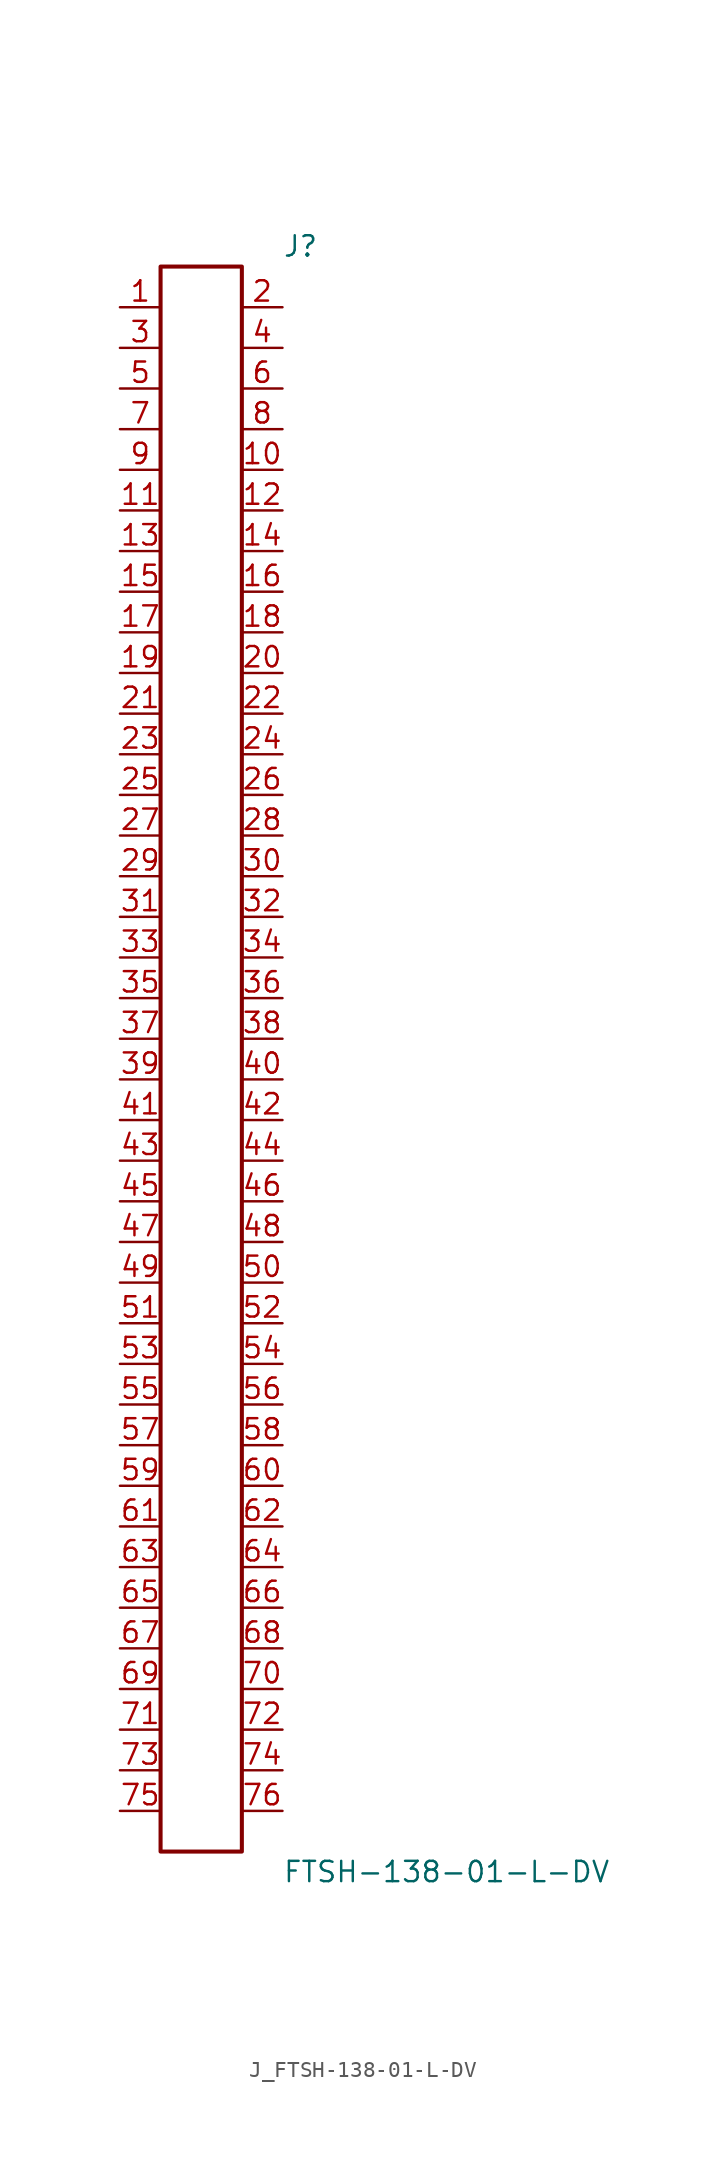
<source format=kicad_sym>
(kicad_symbol_lib
  (version 20231120)
  (generator kicad_symbol_editor)
  (generator_version 8.0)
  (symbol "J_FTSH-138-01-L-DV"
    (pin_names
      (offset 0.254))
    (property "Reference" "J"
      (at 5.08 50.8 0)
      (effects (font (size 1.27 1.27)) (justify left)))
    (property "Value" "FTSH-138-01-L-DV"
      (at 5.08 -50.8 0)
      (effects (font (size 1.27 1.27)) (justify left)))
    (symbol "J_FTSH-138-01-L-DV_0_0"
      (pin passive line (at -5.08 46.99 0) (length 2.54) (name "" (effects (font (size 1.27 1.27)))) (number "1" (effects (font (size 1.27 1.27)))))
      (pin passive line (at 5.08 46.99 180) (length 2.54) (name "" (effects (font (size 1.27 1.27)))) (number "2" (effects (font (size 1.27 1.27)))))
      (pin passive line (at -5.08 44.45 0) (length 2.54) (name "" (effects (font (size 1.27 1.27)))) (number "3" (effects (font (size 1.27 1.27)))))
      (pin passive line (at 5.08 44.45 180) (length 2.54) (name "" (effects (font (size 1.27 1.27)))) (number "4" (effects (font (size 1.27 1.27)))))
      (pin passive line (at -5.08 41.91 0) (length 2.54) (name "" (effects (font (size 1.27 1.27)))) (number "5" (effects (font (size 1.27 1.27)))))
      (pin passive line (at 5.08 41.91 180) (length 2.54) (name "" (effects (font (size 1.27 1.27)))) (number "6" (effects (font (size 1.27 1.27)))))
      (pin passive line (at -5.08 39.37 0) (length 2.54) (name "" (effects (font (size 1.27 1.27)))) (number "7" (effects (font (size 1.27 1.27)))))
      (pin passive line (at 5.08 39.37 180) (length 2.54) (name "" (effects (font (size 1.27 1.27)))) (number "8" (effects (font (size 1.27 1.27)))))
      (pin passive line (at -5.08 36.83 0) (length 2.54) (name "" (effects (font (size 1.27 1.27)))) (number "9" (effects (font (size 1.27 1.27)))))
      (pin passive line (at 5.08 36.83 180) (length 2.54) (name "" (effects (font (size 1.27 1.27)))) (number "10" (effects (font (size 1.27 1.27)))))
      (pin passive line (at -5.08 34.29 0) (length 2.54) (name "" (effects (font (size 1.27 1.27)))) (number "11" (effects (font (size 1.27 1.27)))))
      (pin passive line (at 5.08 34.29 180) (length 2.54) (name "" (effects (font (size 1.27 1.27)))) (number "12" (effects (font (size 1.27 1.27)))))
      (pin passive line (at -5.08 31.75 0) (length 2.54) (name "" (effects (font (size 1.27 1.27)))) (number "13" (effects (font (size 1.27 1.27)))))
      (pin passive line (at 5.08 31.75 180) (length 2.54) (name "" (effects (font (size 1.27 1.27)))) (number "14" (effects (font (size 1.27 1.27)))))
      (pin passive line (at -5.08 29.21 0) (length 2.54) (name "" (effects (font (size 1.27 1.27)))) (number "15" (effects (font (size 1.27 1.27)))))
      (pin passive line (at 5.08 29.21 180) (length 2.54) (name "" (effects (font (size 1.27 1.27)))) (number "16" (effects (font (size 1.27 1.27)))))
      (pin passive line (at -5.08 26.67 0) (length 2.54) (name "" (effects (font (size 1.27 1.27)))) (number "17" (effects (font (size 1.27 1.27)))))
      (pin passive line (at 5.08 26.67 180) (length 2.54) (name "" (effects (font (size 1.27 1.27)))) (number "18" (effects (font (size 1.27 1.27)))))
      (pin passive line (at -5.08 24.13 0) (length 2.54) (name "" (effects (font (size 1.27 1.27)))) (number "19" (effects (font (size 1.27 1.27)))))
      (pin passive line (at 5.08 24.13 180) (length 2.54) (name "" (effects (font (size 1.27 1.27)))) (number "20" (effects (font (size 1.27 1.27)))))
      (pin passive line (at -5.08 21.59 0) (length 2.54) (name "" (effects (font (size 1.27 1.27)))) (number "21" (effects (font (size 1.27 1.27)))))
      (pin passive line (at 5.08 21.59 180) (length 2.54) (name "" (effects (font (size 1.27 1.27)))) (number "22" (effects (font (size 1.27 1.27)))))
      (pin passive line (at -5.08 19.05 0) (length 2.54) (name "" (effects (font (size 1.27 1.27)))) (number "23" (effects (font (size 1.27 1.27)))))
      (pin passive line (at 5.08 19.05 180) (length 2.54) (name "" (effects (font (size 1.27 1.27)))) (number "24" (effects (font (size 1.27 1.27)))))
      (pin passive line (at -5.08 16.51 0) (length 2.54) (name "" (effects (font (size 1.27 1.27)))) (number "25" (effects (font (size 1.27 1.27)))))
      (pin passive line (at 5.08 16.51 180) (length 2.54) (name "" (effects (font (size 1.27 1.27)))) (number "26" (effects (font (size 1.27 1.27)))))
      (pin passive line (at -5.08 13.97 0) (length 2.54) (name "" (effects (font (size 1.27 1.27)))) (number "27" (effects (font (size 1.27 1.27)))))
      (pin passive line (at 5.08 13.97 180) (length 2.54) (name "" (effects (font (size 1.27 1.27)))) (number "28" (effects (font (size 1.27 1.27)))))
      (pin passive line (at -5.08 11.43 0) (length 2.54) (name "" (effects (font (size 1.27 1.27)))) (number "29" (effects (font (size 1.27 1.27)))))
      (pin passive line (at 5.08 11.43 180) (length 2.54) (name "" (effects (font (size 1.27 1.27)))) (number "30" (effects (font (size 1.27 1.27)))))
      (pin passive line (at -5.08 8.89 0) (length 2.54) (name "" (effects (font (size 1.27 1.27)))) (number "31" (effects (font (size 1.27 1.27)))))
      (pin passive line (at 5.08 8.89 180) (length 2.54) (name "" (effects (font (size 1.27 1.27)))) (number "32" (effects (font (size 1.27 1.27)))))
      (pin passive line (at -5.08 6.35 0) (length 2.54) (name "" (effects (font (size 1.27 1.27)))) (number "33" (effects (font (size 1.27 1.27)))))
      (pin passive line (at 5.08 6.35 180) (length 2.54) (name "" (effects (font (size 1.27 1.27)))) (number "34" (effects (font (size 1.27 1.27)))))
      (pin passive line (at -5.08 3.81 0) (length 2.54) (name "" (effects (font (size 1.27 1.27)))) (number "35" (effects (font (size 1.27 1.27)))))
      (pin passive line (at 5.08 3.81 180) (length 2.54) (name "" (effects (font (size 1.27 1.27)))) (number "36" (effects (font (size 1.27 1.27)))))
      (pin passive line (at -5.08 1.27 0) (length 2.54) (name "" (effects (font (size 1.27 1.27)))) (number "37" (effects (font (size 1.27 1.27)))))
      (pin passive line (at 5.08 1.27 180) (length 2.54) (name "" (effects (font (size 1.27 1.27)))) (number "38" (effects (font (size 1.27 1.27)))))
      (pin passive line (at -5.08 -1.27 0) (length 2.54) (name "" (effects (font (size 1.27 1.27)))) (number "39" (effects (font (size 1.27 1.27)))))
      (pin passive line (at 5.08 -1.27 180) (length 2.54) (name "" (effects (font (size 1.27 1.27)))) (number "40" (effects (font (size 1.27 1.27)))))
      (pin passive line (at -5.08 -3.81 0) (length 2.54) (name "" (effects (font (size 1.27 1.27)))) (number "41" (effects (font (size 1.27 1.27)))))
      (pin passive line (at 5.08 -3.81 180) (length 2.54) (name "" (effects (font (size 1.27 1.27)))) (number "42" (effects (font (size 1.27 1.27)))))
      (pin passive line (at -5.08 -6.35 0) (length 2.54) (name "" (effects (font (size 1.27 1.27)))) (number "43" (effects (font (size 1.27 1.27)))))
      (pin passive line (at 5.08 -6.35 180) (length 2.54) (name "" (effects (font (size 1.27 1.27)))) (number "44" (effects (font (size 1.27 1.27)))))
      (pin passive line (at -5.08 -8.89 0) (length 2.54) (name "" (effects (font (size 1.27 1.27)))) (number "45" (effects (font (size 1.27 1.27)))))
      (pin passive line (at 5.08 -8.89 180) (length 2.54) (name "" (effects (font (size 1.27 1.27)))) (number "46" (effects (font (size 1.27 1.27)))))
      (pin passive line (at -5.08 -11.43 0) (length 2.54) (name "" (effects (font (size 1.27 1.27)))) (number "47" (effects (font (size 1.27 1.27)))))
      (pin passive line (at 5.08 -11.43 180) (length 2.54) (name "" (effects (font (size 1.27 1.27)))) (number "48" (effects (font (size 1.27 1.27)))))
      (pin passive line (at -5.08 -13.97 0) (length 2.54) (name "" (effects (font (size 1.27 1.27)))) (number "49" (effects (font (size 1.27 1.27)))))
      (pin passive line (at 5.08 -13.97 180) (length 2.54) (name "" (effects (font (size 1.27 1.27)))) (number "50" (effects (font (size 1.27 1.27)))))
      (pin passive line (at -5.08 -16.51 0) (length 2.54) (name "" (effects (font (size 1.27 1.27)))) (number "51" (effects (font (size 1.27 1.27)))))
      (pin passive line (at 5.08 -16.51 180) (length 2.54) (name "" (effects (font (size 1.27 1.27)))) (number "52" (effects (font (size 1.27 1.27)))))
      (pin passive line (at -5.08 -19.05 0) (length 2.54) (name "" (effects (font (size 1.27 1.27)))) (number "53" (effects (font (size 1.27 1.27)))))
      (pin passive line (at 5.08 -19.05 180) (length 2.54) (name "" (effects (font (size 1.27 1.27)))) (number "54" (effects (font (size 1.27 1.27)))))
      (pin passive line (at -5.08 -21.59 0) (length 2.54) (name "" (effects (font (size 1.27 1.27)))) (number "55" (effects (font (size 1.27 1.27)))))
      (pin passive line (at 5.08 -21.59 180) (length 2.54) (name "" (effects (font (size 1.27 1.27)))) (number "56" (effects (font (size 1.27 1.27)))))
      (pin passive line (at -5.08 -24.13 0) (length 2.54) (name "" (effects (font (size 1.27 1.27)))) (number "57" (effects (font (size 1.27 1.27)))))
      (pin passive line (at 5.08 -24.13 180) (length 2.54) (name "" (effects (font (size 1.27 1.27)))) (number "58" (effects (font (size 1.27 1.27)))))
      (pin passive line (at -5.08 -26.67 0) (length 2.54) (name "" (effects (font (size 1.27 1.27)))) (number "59" (effects (font (size 1.27 1.27)))))
      (pin passive line (at 5.08 -26.67 180) (length 2.54) (name "" (effects (font (size 1.27 1.27)))) (number "60" (effects (font (size 1.27 1.27)))))
      (pin passive line (at -5.08 -29.21 0) (length 2.54) (name "" (effects (font (size 1.27 1.27)))) (number "61" (effects (font (size 1.27 1.27)))))
      (pin passive line (at 5.08 -29.21 180) (length 2.54) (name "" (effects (font (size 1.27 1.27)))) (number "62" (effects (font (size 1.27 1.27)))))
      (pin passive line (at -5.08 -31.75 0) (length 2.54) (name "" (effects (font (size 1.27 1.27)))) (number "63" (effects (font (size 1.27 1.27)))))
      (pin passive line (at 5.08 -31.75 180) (length 2.54) (name "" (effects (font (size 1.27 1.27)))) (number "64" (effects (font (size 1.27 1.27)))))
      (pin passive line (at -5.08 -34.29 0) (length 2.54) (name "" (effects (font (size 1.27 1.27)))) (number "65" (effects (font (size 1.27 1.27)))))
      (pin passive line (at 5.08 -34.29 180) (length 2.54) (name "" (effects (font (size 1.27 1.27)))) (number "66" (effects (font (size 1.27 1.27)))))
      (pin passive line (at -5.08 -36.83 0) (length 2.54) (name "" (effects (font (size 1.27 1.27)))) (number "67" (effects (font (size 1.27 1.27)))))
      (pin passive line (at 5.08 -36.83 180) (length 2.54) (name "" (effects (font (size 1.27 1.27)))) (number "68" (effects (font (size 1.27 1.27)))))
      (pin passive line (at -5.08 -39.37 0) (length 2.54) (name "" (effects (font (size 1.27 1.27)))) (number "69" (effects (font (size 1.27 1.27)))))
      (pin passive line (at 5.08 -39.37 180) (length 2.54) (name "" (effects (font (size 1.27 1.27)))) (number "70" (effects (font (size 1.27 1.27)))))
      (pin passive line (at -5.08 -41.91 0) (length 2.54) (name "" (effects (font (size 1.27 1.27)))) (number "71" (effects (font (size 1.27 1.27)))))
      (pin passive line (at 5.08 -41.91 180) (length 2.54) (name "" (effects (font (size 1.27 1.27)))) (number "72" (effects (font (size 1.27 1.27)))))
      (pin passive line (at -5.08 -44.45 0) (length 2.54) (name "" (effects (font (size 1.27 1.27)))) (number "73" (effects (font (size 1.27 1.27)))))
      (pin passive line (at 5.08 -44.45 180) (length 2.54) (name "" (effects (font (size 1.27 1.27)))) (number "74" (effects (font (size 1.27 1.27)))))
      (pin passive line (at -5.08 -46.99 0) (length 2.54) (name "" (effects (font (size 1.27 1.27)))) (number "75" (effects (font (size 1.27 1.27)))))
      (pin passive line (at 5.08 -46.99 180) (length 2.54) (name "" (effects (font (size 1.27 1.27)))) (number "76" (effects (font (size 1.27 1.27))))))
    (symbol "J_FTSH-138-01-L-DV_1_0"
      (rectangle (start -2.54 49.53) (end 2.54 -49.53) (stroke (width 0.254) (type solid)) (fill (type none))))))
</source>
